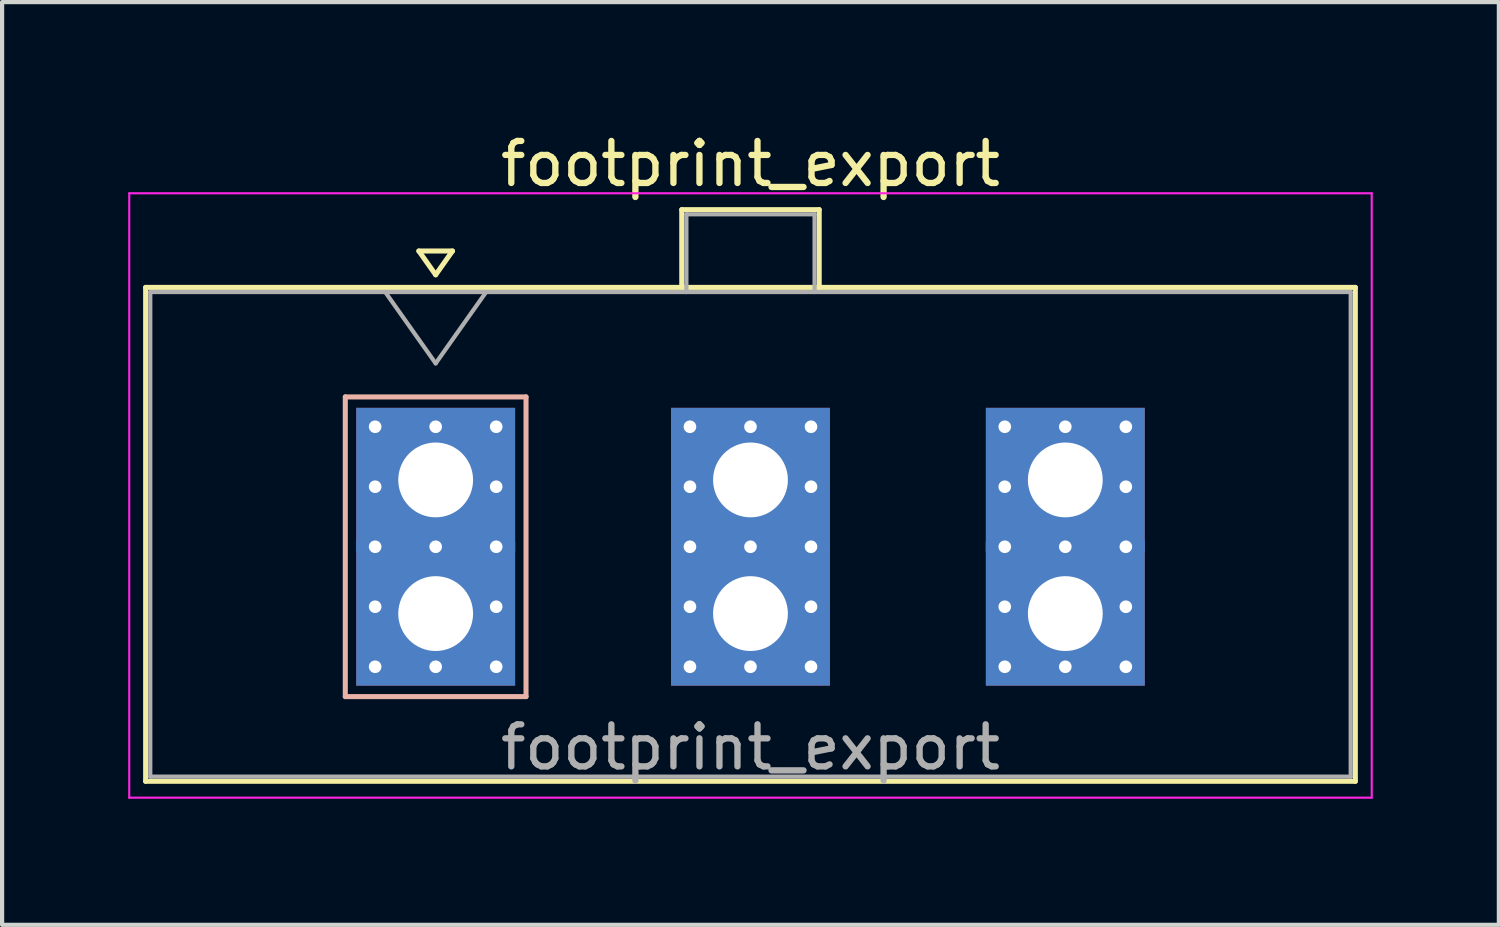
<source format=kicad_pcb>
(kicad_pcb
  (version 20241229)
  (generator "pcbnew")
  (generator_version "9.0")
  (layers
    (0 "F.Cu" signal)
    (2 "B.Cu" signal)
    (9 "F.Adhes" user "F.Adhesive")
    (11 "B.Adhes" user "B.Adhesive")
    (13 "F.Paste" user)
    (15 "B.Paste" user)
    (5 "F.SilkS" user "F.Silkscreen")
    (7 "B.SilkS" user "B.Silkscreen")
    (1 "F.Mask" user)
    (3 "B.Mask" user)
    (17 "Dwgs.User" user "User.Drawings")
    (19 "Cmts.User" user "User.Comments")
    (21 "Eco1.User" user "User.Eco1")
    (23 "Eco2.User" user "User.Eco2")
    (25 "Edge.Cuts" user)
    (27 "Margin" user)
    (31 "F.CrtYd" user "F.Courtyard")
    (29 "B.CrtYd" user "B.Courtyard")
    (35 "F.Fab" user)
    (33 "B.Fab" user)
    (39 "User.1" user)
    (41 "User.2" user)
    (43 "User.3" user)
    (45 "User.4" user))
  (footprint "footprint_export"
    (layer "F.Cu")
    (at 7.315 11.548)
    (property "Reference" "footprint_export" (at 7.49 -10.7 0) (layer "F.SilkS") (effects (font (size 1 1) (thickness 0.15))))
    (attr through_hole)
    (fp_line (start -6.9 -7.76) (end -6.9 3.99) (stroke (width 0.12) (type solid)) (layer "F.SilkS"))
    (fp_line (start -6.9 3.99) (end 21.88 3.99) (stroke (width 0.12) (type solid)) (layer "F.SilkS"))
    (fp_line (start -0.4 -8.626) (end 0 -8.06) (stroke (width 0.12) (type solid)) (layer "F.SilkS"))
    (fp_line (start 0 -8.06) (end 0.4 -8.626) (stroke (width 0.12) (type solid)) (layer "F.SilkS"))
    (fp_line (start 0.4 -8.626) (end -0.4 -8.626) (stroke (width 0.12) (type solid)) (layer "F.SilkS"))
    (fp_line (start 5.855 -9.61) (end 9.125 -9.61) (stroke (width 0.12) (type solid)) (layer "F.SilkS"))
    (fp_line (start 5.855 -7.76) (end 5.855 -9.61) (stroke (width 0.12) (type solid)) (layer "F.SilkS"))
    (fp_line (start 9.125 -9.61) (end 9.125 -7.76) (stroke (width 0.12) (type solid)) (layer "F.SilkS"))
    (fp_line (start 21.88 -7.76) (end -6.9 -7.76) (stroke (width 0.12) (type solid)) (layer "F.SilkS"))
    (fp_line (start 21.88 3.99) (end 21.88 -7.76) (stroke (width 0.12) (type solid)) (layer "F.SilkS"))
    (fp_line (start -2.15 -5.155) (end -2.15 1.975) (stroke (width 0.12) (type solid)) (layer "B.SilkS"))
    (fp_line (start -2.15 1.975) (end 2.15 1.975) (stroke (width 0.12) (type solid)) (layer "B.SilkS"))
    (fp_line (start 2.15 -5.155) (end -2.15 -5.155) (stroke (width 0.12) (type solid)) (layer "B.SilkS"))
    (fp_line (start 2.15 1.975) (end 2.15 -5.155) (stroke (width 0.12) (type solid)) (layer "B.SilkS"))
    (fp_line (start -7.29 -10) (end -7.29 4.38) (stroke (width 0.05) (type solid)) (layer "F.CrtYd"))
    (fp_line (start -7.29 4.38) (end 22.27 4.38) (stroke (width 0.05) (type solid)) (layer "F.CrtYd"))
    (fp_line (start 22.27 -10) (end -7.29 -10) (stroke (width 0.05) (type solid)) (layer "F.CrtYd"))
    (fp_line (start 22.27 4.38) (end 22.27 -10) (stroke (width 0.05) (type solid)) (layer "F.CrtYd"))
    (fp_line (start -6.79 -7.65) (end -6.79 3.88) (stroke (width 0.1) (type solid)) (layer "F.Fab"))
    (fp_line (start -6.79 3.88) (end 21.77 3.88) (stroke (width 0.1) (type solid)) (layer "F.Fab"))
    (fp_line (start -1.2 -7.65) (end 0 -5.953) (stroke (width 0.1) (type solid)) (layer "F.Fab"))
    (fp_line (start 0 -5.953) (end 1.2 -7.65) (stroke (width 0.1) (type solid)) (layer "F.Fab"))
    (fp_line (start 5.965 -9.5) (end 9.015 -9.5) (stroke (width 0.1) (type solid)) (layer "F.Fab"))
    (fp_line (start 5.965 -7.65) (end 5.965 -9.5) (stroke (width 0.1) (type solid)) (layer "F.Fab"))
    (fp_line (start 9.015 -9.5) (end 9.015 -7.65) (stroke (width 0.1) (type solid)) (layer "F.Fab"))
    (fp_line (start 21.77 -7.65) (end -6.79 -7.65) (stroke (width 0.1) (type solid)) (layer "F.Fab"))
    (fp_line (start 21.77 3.88) (end 21.77 -7.65) (stroke (width 0.1) (type solid)) (layer "F.Fab"))
    (fp_text user "${REFERENCE}" (at 7.49 3.18 0) (layer "F.Fab") (effects (font (size 1 1) (thickness 0.15))))
    (pad "1" thru_hole rect (at -1.44 -4.445) (size 0.6 0.6) (drill 0.3) (layers "*.Cu" "*.Mask"))
    (pad "1" thru_hole rect (at -1.44 -3.018) (size 0.6 0.6) (drill 0.3) (layers "*.Cu" "*.Mask"))
    (pad "1" thru_hole rect (at -1.44 -1.59) (size 0.6 0.6) (drill 0.3) (layers "*.Cu" "*.Mask"))
    (pad "1" thru_hole rect (at -1.44 -0.163) (size 0.6 0.6) (drill 0.3) (layers "*.Cu" "*.Mask"))
    (pad "1" thru_hole rect (at -1.44 1.265) (size 0.6 0.6) (drill 0.3) (layers "*.Cu" "*.Mask"))
    (pad "1" thru_hole rect (at 0 -4.445) (size 0.6 0.6) (drill 0.3) (layers "*.Cu" "*.Mask"))
    (pad "1" thru_hole rect (at 0 -3.18) (size 3.78 3.43) (drill 1.78) (layers "*.Cu" "*.Mask"))
    (pad "1" thru_hole rect (at 0 -1.59) (size 0.6 0.6) (drill 0.3) (layers "*.Cu" "*.Mask"))
    (pad "1" thru_hole rect (at 0 0) (size 3.78 3.43) (drill 1.78) (layers "*.Cu" "*.Mask"))
    (pad "1" thru_hole rect (at 0 1.265) (size 0.6 0.6) (drill 0.3) (layers "*.Cu" "*.Mask"))
    (pad "1" thru_hole rect (at 1.44 -4.445) (size 0.6 0.6) (drill 0.3) (layers "*.Cu" "*.Mask"))
    (pad "1" thru_hole rect (at 1.44 -3.018) (size 0.6 0.6) (drill 0.3) (layers "*.Cu" "*.Mask"))
    (pad "1" thru_hole rect (at 1.44 -1.59) (size 0.6 0.6) (drill 0.3) (layers "*.Cu" "*.Mask"))
    (pad "1" thru_hole rect (at 1.44 -0.163) (size 0.6 0.6) (drill 0.3) (layers "*.Cu" "*.Mask"))
    (pad "1" thru_hole rect (at 1.44 1.265) (size 0.6 0.6) (drill 0.3) (layers "*.Cu" "*.Mask"))
    (pad "2" thru_hole circle (at 6.05 -4.445) (size 0.6 0.6) (drill 0.3) (layers "*.Cu" "*.Mask"))
    (pad "2" thru_hole circle (at 6.05 -3.018) (size 0.6 0.6) (drill 0.3) (layers "*.Cu" "*.Mask"))
    (pad "2" thru_hole circle (at 6.05 -1.59) (size 0.6 0.6) (drill 0.3) (layers "*.Cu" "*.Mask"))
    (pad "2" thru_hole circle (at 6.05 -0.163) (size 0.6 0.6) (drill 0.3) (layers "*.Cu" "*.Mask"))
    (pad "2" thru_hole circle (at 6.05 1.265) (size 0.6 0.6) (drill 0.3) (layers "*.Cu" "*.Mask"))
    (pad "2" thru_hole circle (at 7.49 -4.445) (size 0.6 0.6) (drill 0.3) (layers "*.Cu" "*.Mask"))
    (pad "2" thru_hole rect (at 7.49 -3.18) (size 3.78 3.43) (drill 1.78) (layers "*.Cu" "*.Mask"))
    (pad "2" thru_hole circle (at 7.49 -1.59) (size 0.6 0.6) (drill 0.3) (layers "*.Cu" "*.Mask"))
    (pad "2" thru_hole rect (at 7.49 0) (size 3.78 3.43) (drill 1.78) (layers "*.Cu" "*.Mask"))
    (pad "2" thru_hole circle (at 7.49 1.265) (size 0.6 0.6) (drill 0.3) (layers "*.Cu" "*.Mask"))
    (pad "2" thru_hole circle (at 8.93 -4.445) (size 0.6 0.6) (drill 0.3) (layers "*.Cu" "*.Mask"))
    (pad "2" thru_hole circle (at 8.93 -3.018) (size 0.6 0.6) (drill 0.3) (layers "*.Cu" "*.Mask"))
    (pad "2" thru_hole circle (at 8.93 -1.59) (size 0.6 0.6) (drill 0.3) (layers "*.Cu" "*.Mask"))
    (pad "2" thru_hole circle (at 8.93 -0.163) (size 0.6 0.6) (drill 0.3) (layers "*.Cu" "*.Mask"))
    (pad "2" thru_hole circle (at 8.93 1.265) (size 0.6 0.6) (drill 0.3) (layers "*.Cu" "*.Mask"))
    (pad "3" thru_hole circle (at 13.54 -4.445) (size 0.6 0.6) (drill 0.3) (layers "*.Cu" "*.Mask"))
    (pad "3" thru_hole circle (at 13.54 -3.018) (size 0.6 0.6) (drill 0.3) (layers "*.Cu" "*.Mask"))
    (pad "3" thru_hole circle (at 13.54 -1.59) (size 0.6 0.6) (drill 0.3) (layers "*.Cu" "*.Mask"))
    (pad "3" thru_hole circle (at 13.54 -0.163) (size 0.6 0.6) (drill 0.3) (layers "*.Cu" "*.Mask"))
    (pad "3" thru_hole circle (at 13.54 1.265) (size 0.6 0.6) (drill 0.3) (layers "*.Cu" "*.Mask"))
    (pad "3" thru_hole circle (at 14.98 -4.445) (size 0.6 0.6) (drill 0.3) (layers "*.Cu" "*.Mask"))
    (pad "3" thru_hole rect (at 14.98 -3.18) (size 3.78 3.43) (drill 1.78) (layers "*.Cu" "*.Mask"))
    (pad "3" thru_hole circle (at 14.98 -1.59) (size 0.6 0.6) (drill 0.3) (layers "*.Cu" "*.Mask"))
    (pad "3" thru_hole rect (at 14.98 0) (size 3.78 3.43) (drill 1.78) (layers "*.Cu" "*.Mask"))
    (pad "3" thru_hole circle (at 14.98 1.265) (size 0.6 0.6) (drill 0.3) (layers "*.Cu" "*.Mask"))
    (pad "3" thru_hole circle (at 16.42 -4.445) (size 0.6 0.6) (drill 0.3) (layers "*.Cu" "*.Mask"))
    (pad "3" thru_hole circle (at 16.42 -3.018) (size 0.6 0.6) (drill 0.3) (layers "*.Cu" "*.Mask"))
    (pad "3" thru_hole circle (at 16.42 -1.59) (size 0.6 0.6) (drill 0.3) (layers "*.Cu" "*.Mask"))
    (pad "3" thru_hole circle (at 16.42 -0.163) (size 0.6 0.6) (drill 0.3) (layers "*.Cu" "*.Mask"))
    (pad "3" thru_hole circle (at 16.42 1.265) (size 0.6 0.6) (drill 0.3) (layers "*.Cu" "*.Mask")))
  (gr_rect
    (start -3 -3)
    (end 32.61 18.953)
    (stroke (width 0.1) (type default))
    (fill no)
    (layer "Edge.Cuts")))
</source>
